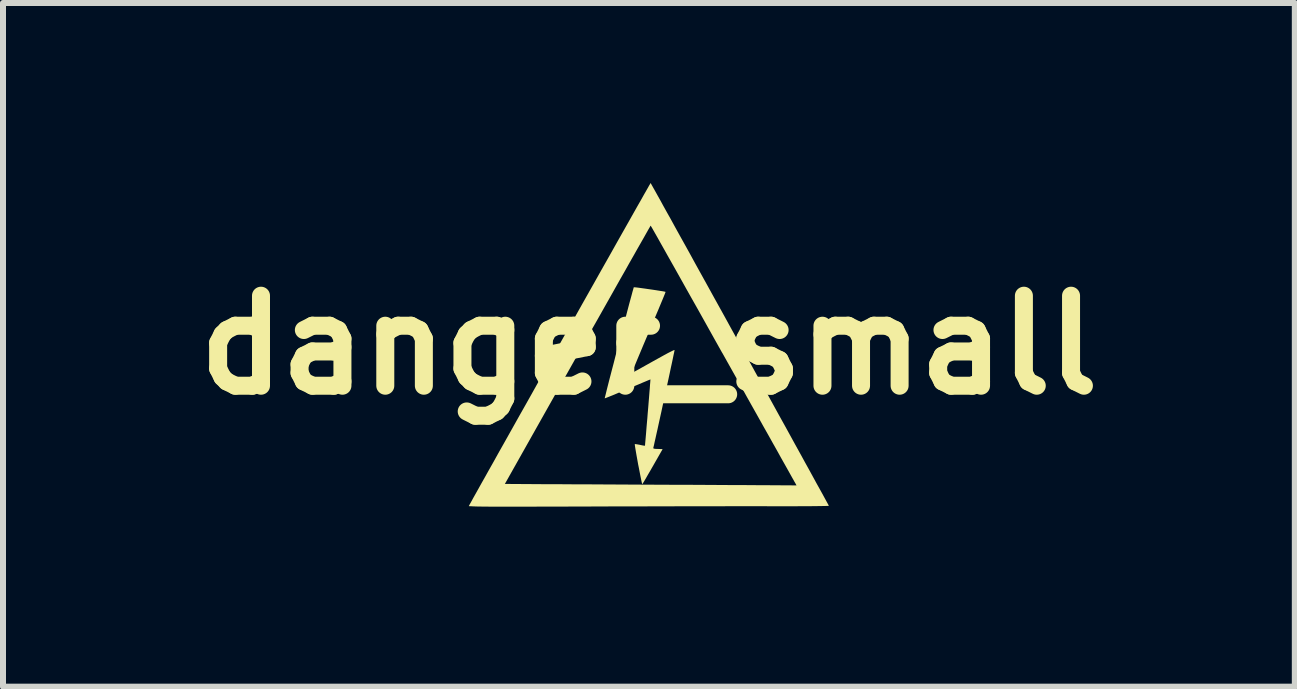
<source format=kicad_pcb>
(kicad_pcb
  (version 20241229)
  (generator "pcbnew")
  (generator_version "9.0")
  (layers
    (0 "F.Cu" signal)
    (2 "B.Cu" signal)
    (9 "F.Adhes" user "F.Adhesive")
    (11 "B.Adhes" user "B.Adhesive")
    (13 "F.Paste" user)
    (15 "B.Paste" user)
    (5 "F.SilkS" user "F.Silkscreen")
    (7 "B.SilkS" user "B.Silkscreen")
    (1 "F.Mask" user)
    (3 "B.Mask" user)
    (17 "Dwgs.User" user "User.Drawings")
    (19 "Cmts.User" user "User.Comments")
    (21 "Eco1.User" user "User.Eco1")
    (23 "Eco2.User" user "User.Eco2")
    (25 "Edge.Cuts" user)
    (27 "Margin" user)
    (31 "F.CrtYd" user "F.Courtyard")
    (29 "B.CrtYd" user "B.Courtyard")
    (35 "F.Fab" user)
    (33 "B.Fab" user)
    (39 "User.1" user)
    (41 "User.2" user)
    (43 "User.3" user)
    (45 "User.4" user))
  (footprint "danger_small"
    (layer "F.Cu")
    (at 7.764 2.7)
    (property "Reference" "danger_small" (at 0 0 0) (layer "F.SilkS") (effects (font (size 1.5 1.5) (thickness 0.3))))
    (attr board_only exclude_from_pos_files exclude_from_bom)
    (fp_poly (pts (xy -0.213 -0.96) (xy -0.172 -0.955) (xy -0.121 -0.948) (xy -0.063 -0.94) (xy -0.001 -0.931) (xy 0.062 -0.922) (xy 0.122 -0.913) (xy 0.177 -0.904) (xy 0.223 -0.897) (xy 0.257 -0.891) (xy 0.276 -0.886) (xy 0.278 -0.885) (xy 0.275 -0.876) (xy 0.265 -0.849) (xy 0.248 -0.807) (xy 0.225 -0.751) (xy 0.196 -0.682) (xy 0.163 -0.602) (xy 0.125 -0.513) (xy 0.084 -0.415) (xy 0.04 -0.31) (xy -0.003 -0.208) (xy -0.05 -0.099) (xy -0.094 0.005) (xy -0.135 0.103) (xy -0.172 0.191) (xy -0.205 0.27) (xy -0.233 0.338) (xy -0.256 0.393) (xy -0.273 0.434) (xy -0.283 0.459) (xy -0.286 0.467) (xy -0.277 0.463) (xy -0.252 0.45) (xy -0.214 0.429) (xy -0.164 0.402) (xy -0.104 0.368) (xy -0.036 0.33) (xy 0.039 0.288) (xy 0.071 0.27) (xy 0.165 0.218) (xy 0.246 0.173) (xy 0.312 0.137) (xy 0.365 0.11) (xy 0.402 0.092) (xy 0.423 0.083) (xy 0.428 0.083) (xy 0.426 0.094) (xy 0.421 0.123) (xy 0.411 0.168) (xy 0.399 0.227) (xy 0.384 0.298) (xy 0.366 0.38) (xy 0.347 0.471) (xy 0.326 0.569) (xy 0.303 0.673) (xy 0.28 0.781) (xy 0.256 0.89) (xy 0.232 0.999) (xy 0.209 1.107) (xy 0.186 1.211) (xy 0.164 1.311) (xy 0.144 1.403) (xy 0.125 1.487) (xy 0.109 1.56) (xy 0.095 1.621) (xy 0.085 1.668) (xy 0.077 1.7) (xy 0.074 1.712) (xy 0.074 1.721) (xy 0.082 1.726) (xy 0.101 1.73) (xy 0.137 1.732) (xy 0.149 1.732) (xy 0.229 1.735) (xy 0.062 2.027) (xy 0.022 2.097) (xy -0.015 2.16) (xy -0.047 2.216) (xy -0.074 2.262) (xy -0.094 2.295) (xy -0.107 2.315) (xy -0.111 2.32) (xy -0.114 2.31) (xy -0.12 2.284) (xy -0.129 2.242) (xy -0.14 2.187) (xy -0.153 2.121) (xy -0.167 2.048) (xy -0.179 1.989) (xy -0.193 1.91) (xy -0.206 1.838) (xy -0.217 1.774) (xy -0.226 1.721) (xy -0.232 1.682) (xy -0.235 1.658) (xy -0.235 1.652) (xy -0.224 1.651) (xy -0.198 1.655) (xy -0.162 1.661) (xy -0.149 1.664) (xy -0.112 1.672) (xy -0.083 1.677) (xy -0.067 1.678) (xy -0.065 1.678) (xy -0.064 1.668) (xy -0.062 1.64) (xy -0.058 1.597) (xy -0.053 1.54) (xy -0.047 1.472) (xy -0.041 1.395) (xy -0.034 1.312) (xy -0.026 1.224) (xy -0.019 1.133) (xy -0.011 1.042) (xy -0.004 0.954) (xy 0.003 0.869) (xy 0.009 0.791) (xy 0.015 0.722) (xy 0.019 0.663) (xy 0.023 0.617) (xy 0.025 0.587) (xy 0.026 0.574) (xy 0.026 0.573) (xy 0.017 0.577) (xy -0.009 0.587) (xy -0.049 0.604) (xy -0.102 0.626) (xy -0.165 0.653) (xy -0.237 0.683) (xy -0.316 0.717) (xy -0.353 0.732) (xy -0.435 0.767) (xy -0.51 0.798) (xy -0.578 0.827) (xy -0.636 0.85) (xy -0.683 0.869) (xy -0.716 0.882) (xy -0.733 0.888) (xy -0.736 0.888) (xy -0.734 0.878) (xy -0.727 0.85) (xy -0.716 0.806) (xy -0.702 0.748) (xy -0.684 0.677) (xy -0.663 0.594) (xy -0.639 0.502) (xy -0.613 0.402) (xy -0.585 0.296) (xy -0.557 0.185) (xy -0.527 0.07) (xy -0.496 -0.045) (xy -0.466 -0.161) (xy -0.436 -0.275) (xy -0.407 -0.385) (xy -0.379 -0.491) (xy -0.353 -0.59) (xy -0.329 -0.681) (xy -0.307 -0.762) (xy -0.288 -0.831) (xy -0.273 -0.888) (xy -0.261 -0.929) (xy -0.254 -0.955) (xy -0.251 -0.962) (xy -0.24 -0.962)) (stroke (width 0) (type solid)) (fill yes) (layer "F.SilkS"))
    (fp_poly (pts (xy 0.034 -2.691) (xy 0.048 -2.666) (xy 0.071 -2.625) (xy 0.103 -2.568) (xy 0.142 -2.498) (xy 0.189 -2.414) (xy 0.242 -2.317) (xy 0.302 -2.209) (xy 0.369 -2.09) (xy 0.44 -1.96) (xy 0.517 -1.821) (xy 0.599 -1.674) (xy 0.685 -1.519) (xy 0.774 -1.356) (xy 0.867 -1.188) (xy 0.963 -1.015) (xy 1.061 -0.837) (xy 1.162 -0.655) (xy 1.264 -0.471) (xy 1.366 -0.285) (xy 1.47 -0.097) (xy 1.574 0.091) (xy 1.677 0.278) (xy 1.78 0.465) (xy 1.882 0.649) (xy 1.982 0.83) (xy 2.08 1.008) (xy 2.175 1.181) (xy 2.268 1.348) (xy 2.357 1.51) (xy 2.442 1.665) (xy 2.523 1.811) (xy 2.599 1.95) (xy 2.67 2.078) (xy 2.735 2.197) (xy 2.794 2.305) (xy 2.847 2.4) (xy 2.893 2.483) (xy 2.931 2.553) (xy 2.961 2.608) (xy 2.983 2.648) (xy 2.996 2.672) (xy 2.999 2.679) (xy 2.99 2.681) (xy 2.962 2.682) (xy 2.915 2.683) (xy 2.852 2.684) (xy 2.772 2.685) (xy 2.677 2.686) (xy 2.569 2.686) (xy 2.447 2.687) (xy 2.313 2.687) (xy 2.168 2.687) (xy 2.012 2.687) (xy 2.004 2.687) (xy 1.879 2.686) (xy 1.736 2.686) (xy 1.577 2.686) (xy 1.404 2.686) (xy 1.219 2.687) (xy 1.024 2.687) (xy 0.82 2.687) (xy 0.61 2.687) (xy 0.396 2.688) (xy 0.179 2.688) (xy -0.038 2.689) (xy -0.253 2.689) (xy -0.465 2.69) (xy -0.671 2.69) (xy -0.735 2.691) (xy -0.925 2.691) (xy -1.112 2.692) (xy -1.295 2.692) (xy -1.473 2.693) (xy -1.644 2.693) (xy -1.808 2.693) (xy -1.963 2.694) (xy -2.108 2.694) (xy -2.242 2.694) (xy -2.363 2.694) (xy -2.47 2.694) (xy -2.562 2.694) (xy -2.638 2.694) (xy -2.697 2.693) (xy -2.737 2.693) (xy -2.739 2.693) (xy -2.809 2.692) (xy -2.872 2.691) (xy -2.925 2.689) (xy -2.966 2.687) (xy -2.992 2.686) (xy -3.001 2.684) (xy -2.996 2.675) (xy -2.982 2.649) (xy -2.959 2.608) (xy -2.928 2.551) (xy -2.888 2.48) (xy -2.841 2.396) (xy -2.796 2.315) (xy -2.4 2.315) (xy -1.933 2.318) (xy -1.872 2.318) (xy -1.793 2.319) (xy -1.696 2.319) (xy -1.584 2.32) (xy -1.457 2.32) (xy -1.317 2.321) (xy -1.165 2.322) (xy -1.003 2.322) (xy -0.831 2.323) (xy -0.652 2.324) (xy -0.467 2.325) (xy -0.277 2.326) (xy -0.083 2.327) (xy 0.113 2.328) (xy 0.31 2.328) (xy 0.34 2.329) (xy 0.531 2.329) (xy 0.719 2.33) (xy 0.901 2.331) (xy 1.077 2.332) (xy 1.246 2.333) (xy 1.407 2.334) (xy 1.558 2.334) (xy 1.699 2.335) (xy 1.828 2.336) (xy 1.944 2.336) (xy 2.046 2.337) (xy 2.133 2.337) (xy 2.205 2.338) (xy 2.258 2.338) (xy 2.294 2.338) (xy 2.304 2.338) (xy 2.461 2.34) (xy 2.434 2.291) (xy 2.426 2.278) (xy 2.41 2.249) (xy 2.384 2.203) (xy 2.35 2.142) (xy 2.308 2.067) (xy 2.258 1.978) (xy 2.201 1.877) (xy 2.138 1.763) (xy 2.068 1.639) (xy 1.992 1.503) (xy 1.91 1.358) (xy 1.824 1.204) (xy 1.733 1.042) (xy 1.638 0.873) (xy 1.54 0.696) (xy 1.438 0.514) (xy 1.333 0.327) (xy 1.226 0.136) (xy 1.22 0.127) (xy 1.113 -0.064) (xy 1.009 -0.25) (xy 0.908 -0.431) (xy 0.81 -0.606) (xy 0.715 -0.774) (xy 0.625 -0.934) (xy 0.54 -1.086) (xy 0.46 -1.229) (xy 0.385 -1.362) (xy 0.316 -1.484) (xy 0.254 -1.595) (xy 0.198 -1.694) (xy 0.15 -1.78) (xy 0.109 -1.852) (xy 0.076 -1.91) (xy 0.052 -1.952) (xy 0.036 -1.979) (xy 0.03 -1.989) (xy 0.03 -1.99) (xy 0.024 -1.981) (xy 0.01 -1.956) (xy -0.014 -1.915) (xy -0.046 -1.858) (xy -0.086 -1.787) (xy -0.134 -1.703) (xy -0.19 -1.605) (xy -0.252 -1.495) (xy -0.321 -1.374) (xy -0.395 -1.242) (xy -0.476 -1.1) (xy -0.561 -0.949) (xy -0.651 -0.789) (xy -0.746 -0.621) (xy -0.844 -0.447) (xy -0.947 -0.266) (xy -1.052 -0.079) (xy -1.159 0.112) (xy -1.188 0.163) (xy -2.4 2.315) (xy -2.796 2.315) (xy -2.787 2.299) (xy -2.726 2.191) (xy -2.659 2.071) (xy -2.586 1.942) (xy -2.509 1.803) (xy -2.426 1.656) (xy -2.339 1.501) (xy -2.248 1.339) (xy -2.154 1.171) (xy -2.056 0.998) (xy -1.956 0.82) (xy -1.855 0.639) (xy -1.751 0.455) (xy -1.646 0.269) (xy -1.541 0.082) (xy -1.436 -0.106) (xy -1.33 -0.293) (xy -1.225 -0.479) (xy -1.122 -0.663) (xy -1.02 -0.844) (xy -0.92 -1.021) (xy -0.823 -1.194) (xy -0.728 -1.362) (xy -0.637 -1.523) (xy -0.55 -1.678) (xy -0.467 -1.825) (xy -0.389 -1.963) (xy -0.316 -2.092) (xy -0.249 -2.211) (xy -0.188 -2.319) (xy -0.133 -2.415) (xy -0.086 -2.499) (xy -0.046 -2.569) (xy -0.014 -2.625) (xy 0.009 -2.666) (xy 0.024 -2.691) (xy 0.029 -2.7)) (stroke (width 0) (type solid)) (fill yes) (layer "F.SilkS")))
  (gr_rect
    (start -3 -3)
    (end 18.529 8.394)
    (stroke (width 0.1) (type default))
    (fill no)
    (layer "Edge.Cuts")))
</source>
